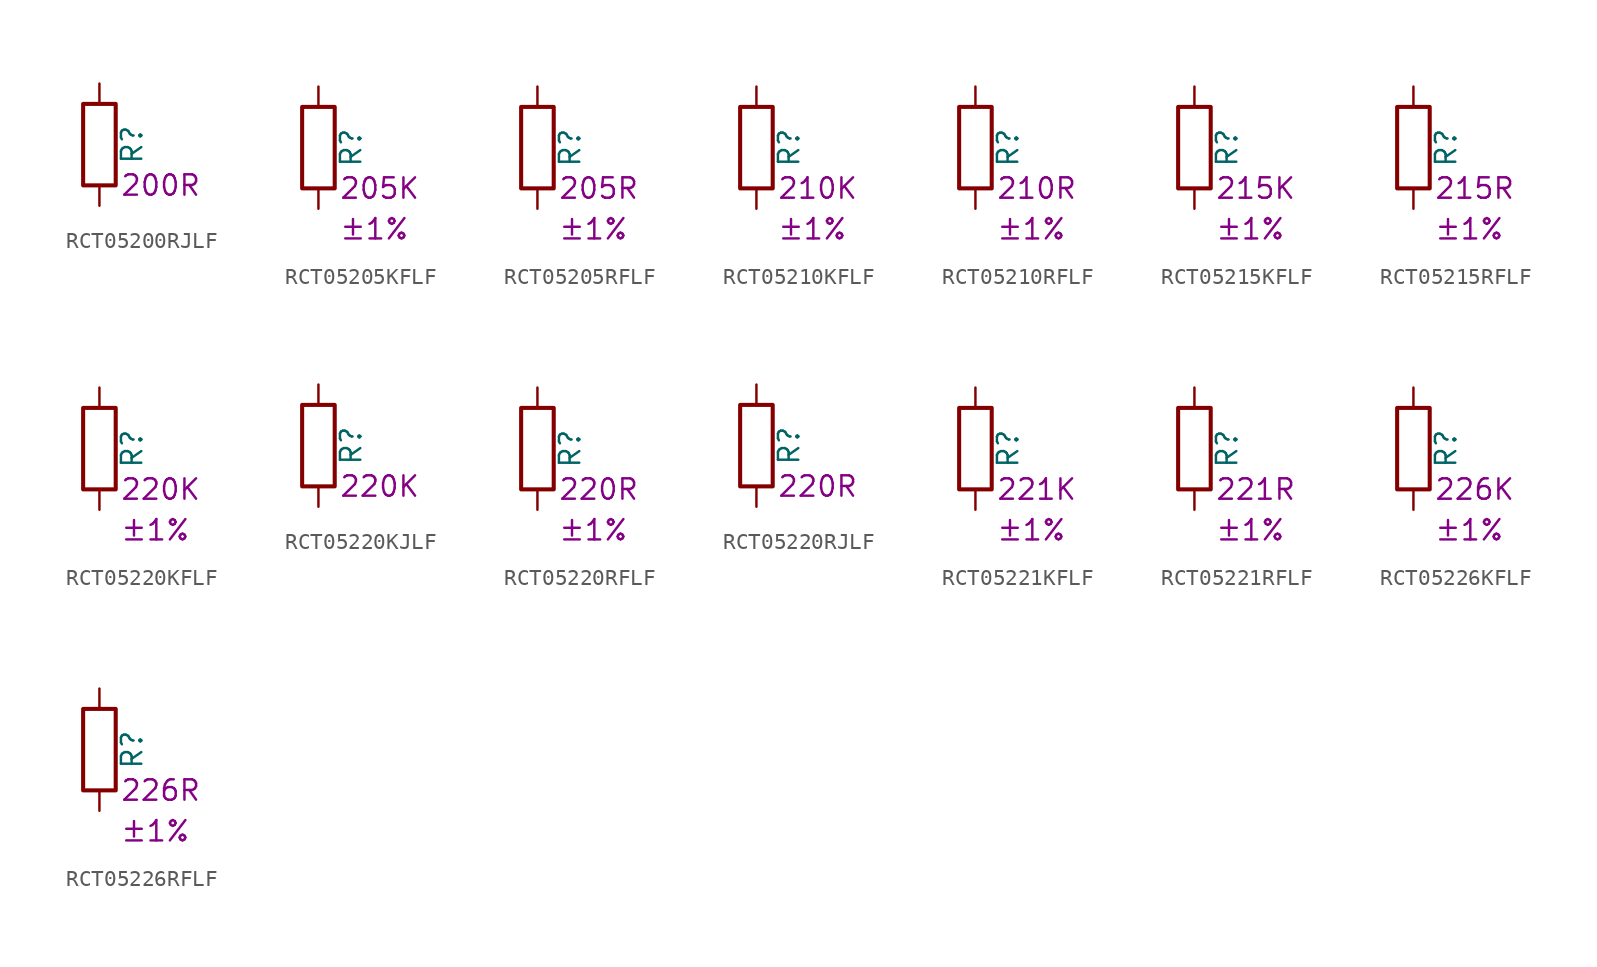
<source format=kicad_sym>
(kicad_symbol_lib
  (version 20220914)
  (generator kicad_symbol_editor)
  (symbol "RCT05200RJLF"
    (pin_numbers hide)
    (pin_names
      (offset 0))
    (property "Reference" "R"
      (at 2.032 0 90)
      (effects (font (size 1.27 1.27))))
    (property "Resistance" "200R"
      (at 1.27 -2.54 0)
      (effects (font (size 1.27 1.27)) (justify left)))
    (symbol "RCT05200RJLF_0_1"
      (rectangle (start -1.016 -2.54) (end 1.016 2.54) (stroke (width 0.254) (type default)) (fill (type none))))
    (symbol "RCT05200RJLF_1_1"
      (pin passive line (at 0 3.81 270) (length 1.27) (name "~" (effects (font (size 1.27 1.27)))) (number "1" (effects (font (size 1.27 1.27)))))
      (pin passive line (at 0 -3.81 90) (length 1.27) (name "~" (effects (font (size 1.27 1.27)))) (number "2" (effects (font (size 1.27 1.27)))))))
  (symbol "RCT05205KFLF"
    (pin_numbers hide)
    (pin_names
      (offset 0))
    (property "Reference" "R"
      (at 2.032 0 90)
      (effects (font (size 1.27 1.27))))
    (property "Resistance" "205K"
      (at 1.27 -2.54 0)
      (effects (font (size 1.27 1.27)) (justify left)))
    (property "Tolerance" "±1%"
      (at 1.27 -5.08 0)
      (effects (font (size 1.27 1.27)) (justify left)))
    (symbol "RCT05205KFLF_0_1"
      (rectangle (start -1.016 -2.54) (end 1.016 2.54) (stroke (width 0.254) (type default)) (fill (type none))))
    (symbol "RCT05205KFLF_1_1"
      (pin passive line (at 0 3.81 270) (length 1.27) (name "~" (effects (font (size 1.27 1.27)))) (number "1" (effects (font (size 1.27 1.27)))))
      (pin passive line (at 0 -3.81 90) (length 1.27) (name "~" (effects (font (size 1.27 1.27)))) (number "2" (effects (font (size 1.27 1.27)))))))
  (symbol "RCT05205RFLF"
    (pin_numbers hide)
    (pin_names
      (offset 0))
    (property "Reference" "R"
      (at 2.032 0 90)
      (effects (font (size 1.27 1.27))))
    (property "Resistance" "205R"
      (at 1.27 -2.54 0)
      (effects (font (size 1.27 1.27)) (justify left)))
    (property "Tolerance" "±1%"
      (at 1.27 -5.08 0)
      (effects (font (size 1.27 1.27)) (justify left)))
    (symbol "RCT05205RFLF_0_1"
      (rectangle (start -1.016 -2.54) (end 1.016 2.54) (stroke (width 0.254) (type default)) (fill (type none))))
    (symbol "RCT05205RFLF_1_1"
      (pin passive line (at 0 3.81 270) (length 1.27) (name "~" (effects (font (size 1.27 1.27)))) (number "1" (effects (font (size 1.27 1.27)))))
      (pin passive line (at 0 -3.81 90) (length 1.27) (name "~" (effects (font (size 1.27 1.27)))) (number "2" (effects (font (size 1.27 1.27)))))))
  (symbol "RCT05210KFLF"
    (pin_numbers hide)
    (pin_names
      (offset 0))
    (property "Reference" "R"
      (at 2.032 0 90)
      (effects (font (size 1.27 1.27))))
    (property "Resistance" "210K"
      (at 1.27 -2.54 0)
      (effects (font (size 1.27 1.27)) (justify left)))
    (property "Tolerance" "±1%"
      (at 1.27 -5.08 0)
      (effects (font (size 1.27 1.27)) (justify left)))
    (symbol "RCT05210KFLF_0_1"
      (rectangle (start -1.016 -2.54) (end 1.016 2.54) (stroke (width 0.254) (type default)) (fill (type none))))
    (symbol "RCT05210KFLF_1_1"
      (pin passive line (at 0 3.81 270) (length 1.27) (name "~" (effects (font (size 1.27 1.27)))) (number "1" (effects (font (size 1.27 1.27)))))
      (pin passive line (at 0 -3.81 90) (length 1.27) (name "~" (effects (font (size 1.27 1.27)))) (number "2" (effects (font (size 1.27 1.27)))))))
  (symbol "RCT05210RFLF"
    (pin_numbers hide)
    (pin_names
      (offset 0))
    (property "Reference" "R"
      (at 2.032 0 90)
      (effects (font (size 1.27 1.27))))
    (property "Resistance" "210R"
      (at 1.27 -2.54 0)
      (effects (font (size 1.27 1.27)) (justify left)))
    (property "Tolerance" "±1%"
      (at 1.27 -5.08 0)
      (effects (font (size 1.27 1.27)) (justify left)))
    (symbol "RCT05210RFLF_0_1"
      (rectangle (start -1.016 -2.54) (end 1.016 2.54) (stroke (width 0.254) (type default)) (fill (type none))))
    (symbol "RCT05210RFLF_1_1"
      (pin passive line (at 0 3.81 270) (length 1.27) (name "~" (effects (font (size 1.27 1.27)))) (number "1" (effects (font (size 1.27 1.27)))))
      (pin passive line (at 0 -3.81 90) (length 1.27) (name "~" (effects (font (size 1.27 1.27)))) (number "2" (effects (font (size 1.27 1.27)))))))
  (symbol "RCT05215KFLF"
    (pin_numbers hide)
    (pin_names
      (offset 0))
    (property "Reference" "R"
      (at 2.032 0 90)
      (effects (font (size 1.27 1.27))))
    (property "Resistance" "215K"
      (at 1.27 -2.54 0)
      (effects (font (size 1.27 1.27)) (justify left)))
    (property "Tolerance" "±1%"
      (at 1.27 -5.08 0)
      (effects (font (size 1.27 1.27)) (justify left)))
    (symbol "RCT05215KFLF_0_1"
      (rectangle (start -1.016 -2.54) (end 1.016 2.54) (stroke (width 0.254) (type default)) (fill (type none))))
    (symbol "RCT05215KFLF_1_1"
      (pin passive line (at 0 3.81 270) (length 1.27) (name "~" (effects (font (size 1.27 1.27)))) (number "1" (effects (font (size 1.27 1.27)))))
      (pin passive line (at 0 -3.81 90) (length 1.27) (name "~" (effects (font (size 1.27 1.27)))) (number "2" (effects (font (size 1.27 1.27)))))))
  (symbol "RCT05215RFLF"
    (pin_numbers hide)
    (pin_names
      (offset 0))
    (property "Reference" "R"
      (at 2.032 0 90)
      (effects (font (size 1.27 1.27))))
    (property "Resistance" "215R"
      (at 1.27 -2.54 0)
      (effects (font (size 1.27 1.27)) (justify left)))
    (property "Tolerance" "±1%"
      (at 1.27 -5.08 0)
      (effects (font (size 1.27 1.27)) (justify left)))
    (symbol "RCT05215RFLF_0_1"
      (rectangle (start -1.016 -2.54) (end 1.016 2.54) (stroke (width 0.254) (type default)) (fill (type none))))
    (symbol "RCT05215RFLF_1_1"
      (pin passive line (at 0 3.81 270) (length 1.27) (name "~" (effects (font (size 1.27 1.27)))) (number "1" (effects (font (size 1.27 1.27)))))
      (pin passive line (at 0 -3.81 90) (length 1.27) (name "~" (effects (font (size 1.27 1.27)))) (number "2" (effects (font (size 1.27 1.27)))))))
  (symbol "RCT05220KFLF"
    (pin_numbers hide)
    (pin_names
      (offset 0))
    (property "Reference" "R"
      (at 2.032 0 90)
      (effects (font (size 1.27 1.27))))
    (property "Resistance" "220K"
      (at 1.27 -2.54 0)
      (effects (font (size 1.27 1.27)) (justify left)))
    (property "Tolerance" "±1%"
      (at 1.27 -5.08 0)
      (effects (font (size 1.27 1.27)) (justify left)))
    (symbol "RCT05220KFLF_0_1"
      (rectangle (start -1.016 -2.54) (end 1.016 2.54) (stroke (width 0.254) (type default)) (fill (type none))))
    (symbol "RCT05220KFLF_1_1"
      (pin passive line (at 0 3.81 270) (length 1.27) (name "~" (effects (font (size 1.27 1.27)))) (number "1" (effects (font (size 1.27 1.27)))))
      (pin passive line (at 0 -3.81 90) (length 1.27) (name "~" (effects (font (size 1.27 1.27)))) (number "2" (effects (font (size 1.27 1.27)))))))
  (symbol "RCT05220KJLF"
    (pin_numbers hide)
    (pin_names
      (offset 0))
    (property "Reference" "R"
      (at 2.032 0 90)
      (effects (font (size 1.27 1.27))))
    (property "Resistance" "220K"
      (at 1.27 -2.54 0)
      (effects (font (size 1.27 1.27)) (justify left)))
    (symbol "RCT05220KJLF_0_1"
      (rectangle (start -1.016 -2.54) (end 1.016 2.54) (stroke (width 0.254) (type default)) (fill (type none))))
    (symbol "RCT05220KJLF_1_1"
      (pin passive line (at 0 3.81 270) (length 1.27) (name "~" (effects (font (size 1.27 1.27)))) (number "1" (effects (font (size 1.27 1.27)))))
      (pin passive line (at 0 -3.81 90) (length 1.27) (name "~" (effects (font (size 1.27 1.27)))) (number "2" (effects (font (size 1.27 1.27)))))))
  (symbol "RCT05220RFLF"
    (pin_numbers hide)
    (pin_names
      (offset 0))
    (property "Reference" "R"
      (at 2.032 0 90)
      (effects (font (size 1.27 1.27))))
    (property "Resistance" "220R"
      (at 1.27 -2.54 0)
      (effects (font (size 1.27 1.27)) (justify left)))
    (property "Tolerance" "±1%"
      (at 1.27 -5.08 0)
      (effects (font (size 1.27 1.27)) (justify left)))
    (symbol "RCT05220RFLF_0_1"
      (rectangle (start -1.016 -2.54) (end 1.016 2.54) (stroke (width 0.254) (type default)) (fill (type none))))
    (symbol "RCT05220RFLF_1_1"
      (pin passive line (at 0 3.81 270) (length 1.27) (name "~" (effects (font (size 1.27 1.27)))) (number "1" (effects (font (size 1.27 1.27)))))
      (pin passive line (at 0 -3.81 90) (length 1.27) (name "~" (effects (font (size 1.27 1.27)))) (number "2" (effects (font (size 1.27 1.27)))))))
  (symbol "RCT05220RJLF"
    (pin_numbers hide)
    (pin_names
      (offset 0))
    (property "Reference" "R"
      (at 2.032 0 90)
      (effects (font (size 1.27 1.27))))
    (property "Resistance" "220R"
      (at 1.27 -2.54 0)
      (effects (font (size 1.27 1.27)) (justify left)))
    (symbol "RCT05220RJLF_0_1"
      (rectangle (start -1.016 -2.54) (end 1.016 2.54) (stroke (width 0.254) (type default)) (fill (type none))))
    (symbol "RCT05220RJLF_1_1"
      (pin passive line (at 0 3.81 270) (length 1.27) (name "~" (effects (font (size 1.27 1.27)))) (number "1" (effects (font (size 1.27 1.27)))))
      (pin passive line (at 0 -3.81 90) (length 1.27) (name "~" (effects (font (size 1.27 1.27)))) (number "2" (effects (font (size 1.27 1.27)))))))
  (symbol "RCT05221KFLF"
    (pin_numbers hide)
    (pin_names
      (offset 0))
    (property "Reference" "R"
      (at 2.032 0 90)
      (effects (font (size 1.27 1.27))))
    (property "Resistance" "221K"
      (at 1.27 -2.54 0)
      (effects (font (size 1.27 1.27)) (justify left)))
    (property "Tolerance" "±1%"
      (at 1.27 -5.08 0)
      (effects (font (size 1.27 1.27)) (justify left)))
    (symbol "RCT05221KFLF_0_1"
      (rectangle (start -1.016 -2.54) (end 1.016 2.54) (stroke (width 0.254) (type default)) (fill (type none))))
    (symbol "RCT05221KFLF_1_1"
      (pin passive line (at 0 3.81 270) (length 1.27) (name "~" (effects (font (size 1.27 1.27)))) (number "1" (effects (font (size 1.27 1.27)))))
      (pin passive line (at 0 -3.81 90) (length 1.27) (name "~" (effects (font (size 1.27 1.27)))) (number "2" (effects (font (size 1.27 1.27)))))))
  (symbol "RCT05221RFLF"
    (pin_numbers hide)
    (pin_names
      (offset 0))
    (property "Reference" "R"
      (at 2.032 0 90)
      (effects (font (size 1.27 1.27))))
    (property "Resistance" "221R"
      (at 1.27 -2.54 0)
      (effects (font (size 1.27 1.27)) (justify left)))
    (property "Tolerance" "±1%"
      (at 1.27 -5.08 0)
      (effects (font (size 1.27 1.27)) (justify left)))
    (symbol "RCT05221RFLF_0_1"
      (rectangle (start -1.016 -2.54) (end 1.016 2.54) (stroke (width 0.254) (type default)) (fill (type none))))
    (symbol "RCT05221RFLF_1_1"
      (pin passive line (at 0 3.81 270) (length 1.27) (name "~" (effects (font (size 1.27 1.27)))) (number "1" (effects (font (size 1.27 1.27)))))
      (pin passive line (at 0 -3.81 90) (length 1.27) (name "~" (effects (font (size 1.27 1.27)))) (number "2" (effects (font (size 1.27 1.27)))))))
  (symbol "RCT05226KFLF"
    (pin_numbers hide)
    (pin_names
      (offset 0))
    (property "Reference" "R"
      (at 2.032 0 90)
      (effects (font (size 1.27 1.27))))
    (property "Resistance" "226K"
      (at 1.27 -2.54 0)
      (effects (font (size 1.27 1.27)) (justify left)))
    (property "Tolerance" "±1%"
      (at 1.27 -5.08 0)
      (effects (font (size 1.27 1.27)) (justify left)))
    (symbol "RCT05226KFLF_0_1"
      (rectangle (start -1.016 -2.54) (end 1.016 2.54) (stroke (width 0.254) (type default)) (fill (type none))))
    (symbol "RCT05226KFLF_1_1"
      (pin passive line (at 0 3.81 270) (length 1.27) (name "~" (effects (font (size 1.27 1.27)))) (number "1" (effects (font (size 1.27 1.27)))))
      (pin passive line (at 0 -3.81 90) (length 1.27) (name "~" (effects (font (size 1.27 1.27)))) (number "2" (effects (font (size 1.27 1.27)))))))
  (symbol "RCT05226RFLF"
    (pin_numbers hide)
    (pin_names
      (offset 0))
    (property "Reference" "R"
      (at 2.032 0 90)
      (effects (font (size 1.27 1.27))))
    (property "Resistance" "226R"
      (at 1.27 -2.54 0)
      (effects (font (size 1.27 1.27)) (justify left)))
    (property "Tolerance" "±1%"
      (at 1.27 -5.08 0)
      (effects (font (size 1.27 1.27)) (justify left)))
    (symbol "RCT05226RFLF_0_1"
      (rectangle (start -1.016 -2.54) (end 1.016 2.54) (stroke (width 0.254) (type default)) (fill (type none))))
    (symbol "RCT05226RFLF_1_1"
      (pin passive line (at 0 3.81 270) (length 1.27) (name "~" (effects (font (size 1.27 1.27)))) (number "1" (effects (font (size 1.27 1.27)))))
      (pin passive line (at 0 -3.81 90) (length 1.27) (name "~" (effects (font (size 1.27 1.27)))) (number "2" (effects (font (size 1.27 1.27))))))))
</source>
